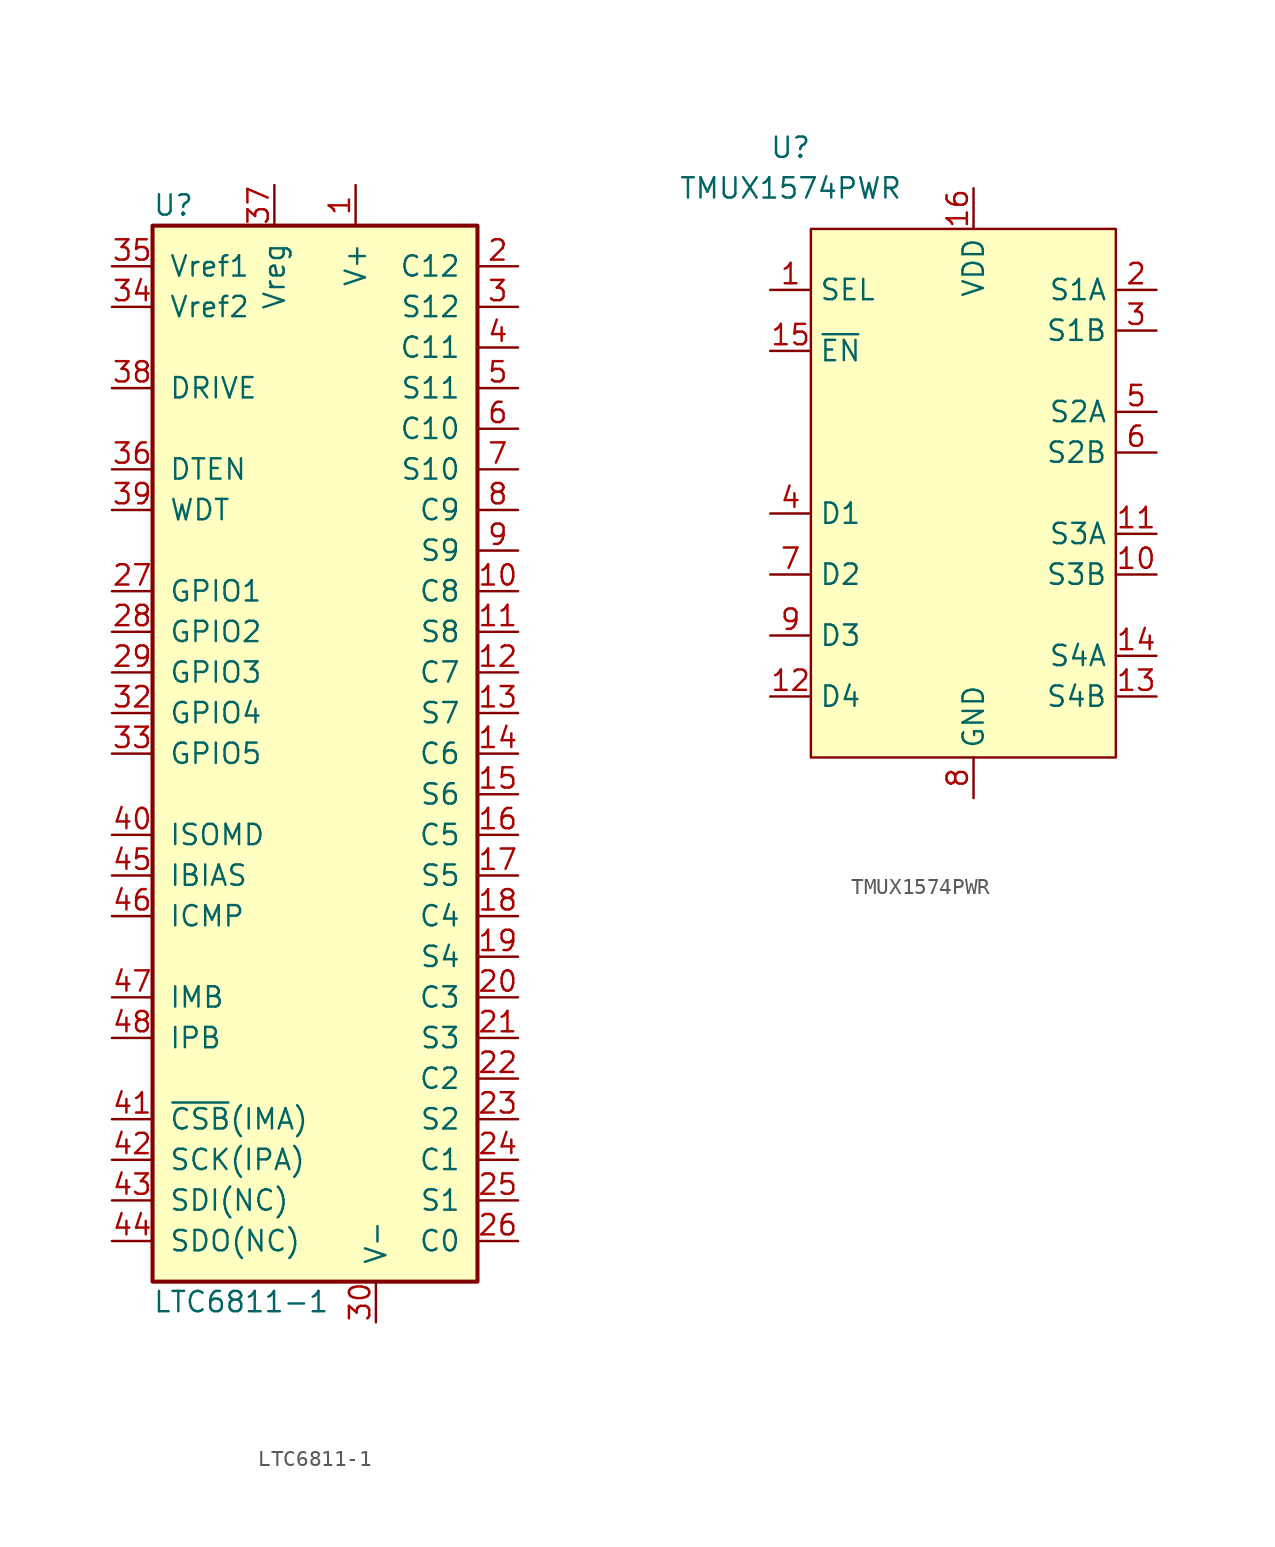
<source format=kicad_sym>
(kicad_symbol_lib
  (version 20211014)
  (generator kicad_symbol_editor)
  (symbol "LTC6811-1"
    (pin_names
      (offset 1.016))
    (property "Reference" "U"
      (at -10.16 34.29 0)
      (effects (font (size 1.27 1.27)) (justify left)))
    (property "Value" "LTC6811-1"
      (at -10.16 -34.29 0)
      (effects (font (size 1.27 1.27)) (justify left)))
    (symbol "LTC6811-1_0_1"
      (rectangle (start 10.16 -33.02) (end -10.16 33.02) (stroke (width 0.254) (type default) (color 0 0 0 0)) (fill (type background))))
    (symbol "LTC6811-1_1_1"
      (pin power_in line (at 2.54 35.56 270) (length 2.54) (name "V+" (effects (font (size 1.27 1.27)))) (number "1" (effects (font (size 1.27 1.27)))))
      (pin input line (at 12.7 10.16 180) (length 2.54) (name "C8" (effects (font (size 1.27 1.27)))) (number "10" (effects (font (size 1.27 1.27)))))
      (pin input line (at 12.7 7.62 180) (length 2.54) (name "S8" (effects (font (size 1.27 1.27)))) (number "11" (effects (font (size 1.27 1.27)))))
      (pin input line (at 12.7 5.08 180) (length 2.54) (name "C7" (effects (font (size 1.27 1.27)))) (number "12" (effects (font (size 1.27 1.27)))))
      (pin input line (at 12.7 2.54 180) (length 2.54) (name "S7" (effects (font (size 1.27 1.27)))) (number "13" (effects (font (size 1.27 1.27)))))
      (pin input line (at 12.7 0 180) (length 2.54) (name "C6" (effects (font (size 1.27 1.27)))) (number "14" (effects (font (size 1.27 1.27)))))
      (pin input line (at 12.7 -2.54 180) (length 2.54) (name "S6" (effects (font (size 1.27 1.27)))) (number "15" (effects (font (size 1.27 1.27)))))
      (pin input line (at 12.7 -5.08 180) (length 2.54) (name "C5" (effects (font (size 1.27 1.27)))) (number "16" (effects (font (size 1.27 1.27)))))
      (pin input line (at 12.7 -7.62 180) (length 2.54) (name "S5" (effects (font (size 1.27 1.27)))) (number "17" (effects (font (size 1.27 1.27)))))
      (pin input line (at 12.7 -10.16 180) (length 2.54) (name "C4" (effects (font (size 1.27 1.27)))) (number "18" (effects (font (size 1.27 1.27)))))
      (pin input line (at 12.7 -12.7 180) (length 2.54) (name "S4" (effects (font (size 1.27 1.27)))) (number "19" (effects (font (size 1.27 1.27)))))
      (pin input line (at 12.7 30.48 180) (length 2.54) (name "C12" (effects (font (size 1.27 1.27)))) (number "2" (effects (font (size 1.27 1.27)))))
      (pin input line (at 12.7 -15.24 180) (length 2.54) (name "C3" (effects (font (size 1.27 1.27)))) (number "20" (effects (font (size 1.27 1.27)))))
      (pin input line (at 12.7 -17.78 180) (length 2.54) (name "S3" (effects (font (size 1.27 1.27)))) (number "21" (effects (font (size 1.27 1.27)))))
      (pin input line (at 12.7 -20.32 180) (length 2.54) (name "C2" (effects (font (size 1.27 1.27)))) (number "22" (effects (font (size 1.27 1.27)))))
      (pin input line (at 12.7 -22.86 180) (length 2.54) (name "S2" (effects (font (size 1.27 1.27)))) (number "23" (effects (font (size 1.27 1.27)))))
      (pin input line (at 12.7 -25.4 180) (length 2.54) (name "C1" (effects (font (size 1.27 1.27)))) (number "24" (effects (font (size 1.27 1.27)))))
      (pin input line (at 12.7 -27.94 180) (length 2.54) (name "S1" (effects (font (size 1.27 1.27)))) (number "25" (effects (font (size 1.27 1.27)))))
      (pin input line (at 12.7 -30.48 180) (length 2.54) (name "C0" (effects (font (size 1.27 1.27)))) (number "26" (effects (font (size 1.27 1.27)))))
      (pin bidirectional line (at -12.7 10.16 0) (length 2.54) (name "GPIO1" (effects (font (size 1.27 1.27)))) (number "27" (effects (font (size 1.27 1.27)))))
      (pin bidirectional line (at -12.7 7.62 0) (length 2.54) (name "GPIO2" (effects (font (size 1.27 1.27)))) (number "28" (effects (font (size 1.27 1.27)))))
      (pin bidirectional line (at -12.7 5.08 0) (length 2.54) (name "GPIO3" (effects (font (size 1.27 1.27)))) (number "29" (effects (font (size 1.27 1.27)))))
      (pin input line (at 12.7 27.94 180) (length 2.54) (name "S12" (effects (font (size 1.27 1.27)))) (number "3" (effects (font (size 1.27 1.27)))))
      (pin power_in line (at 3.81 -35.56 90) (length 2.54) (name "V-" (effects (font (size 1.27 1.27)))) (number "30" (effects (font (size 1.27 1.27)))))
      (pin passive line (at 3.81 -35.56 90) (length 2.54) hide (name "V-" (effects (font (size 1.27 1.27)))) (number "31" (effects (font (size 1.27 1.27)))))
      (pin bidirectional line (at -12.7 2.54 0) (length 2.54) (name "GPIO4" (effects (font (size 1.27 1.27)))) (number "32" (effects (font (size 1.27 1.27)))))
      (pin bidirectional line (at -12.7 0 0) (length 2.54) (name "GPIO5" (effects (font (size 1.27 1.27)))) (number "33" (effects (font (size 1.27 1.27)))))
      (pin power_out line (at -12.7 27.94 0) (length 2.54) (name "Vref2" (effects (font (size 1.27 1.27)))) (number "34" (effects (font (size 1.27 1.27)))))
      (pin passive line (at -12.7 30.48 0) (length 2.54) (name "Vref1" (effects (font (size 1.27 1.27)))) (number "35" (effects (font (size 1.27 1.27)))))
      (pin input line (at -12.7 17.78 0) (length 2.54) (name "DTEN" (effects (font (size 1.27 1.27)))) (number "36" (effects (font (size 1.27 1.27)))))
      (pin power_in line (at -2.54 35.56 270) (length 2.54) (name "Vreg" (effects (font (size 1.27 1.27)))) (number "37" (effects (font (size 1.27 1.27)))))
      (pin output line (at -12.7 22.86 0) (length 2.54) (name "DRIVE" (effects (font (size 1.27 1.27)))) (number "38" (effects (font (size 1.27 1.27)))))
      (pin open_collector line (at -12.7 15.24 0) (length 2.54) (name "WDT" (effects (font (size 1.27 1.27)))) (number "39" (effects (font (size 1.27 1.27)))))
      (pin input line (at 12.7 25.4 180) (length 2.54) (name "C11" (effects (font (size 1.27 1.27)))) (number "4" (effects (font (size 1.27 1.27)))))
      (pin input line (at -12.7 -5.08 0) (length 2.54) (name "ISOMD" (effects (font (size 1.27 1.27)))) (number "40" (effects (font (size 1.27 1.27)))))
      (pin input line (at -12.7 -22.86 0) (length 2.54) (name "~{CSB}(IMA)" (effects (font (size 1.27 1.27)))) (number "41" (effects (font (size 1.27 1.27)))))
      (pin input line (at -12.7 -25.4 0) (length 2.54) (name "SCK(IPA)" (effects (font (size 1.27 1.27)))) (number "42" (effects (font (size 1.27 1.27)))))
      (pin input line (at -12.7 -27.94 0) (length 2.54) (name "SDI(NC)" (effects (font (size 1.27 1.27)))) (number "43" (effects (font (size 1.27 1.27)))))
      (pin open_collector line (at -12.7 -30.48 0) (length 2.54) (name "SDO(NC)" (effects (font (size 1.27 1.27)))) (number "44" (effects (font (size 1.27 1.27)))))
      (pin input line (at -12.7 -7.62 0) (length 2.54) (name "IBIAS" (effects (font (size 1.27 1.27)))) (number "45" (effects (font (size 1.27 1.27)))))
      (pin input line (at -12.7 -10.16 0) (length 2.54) (name "ICMP" (effects (font (size 1.27 1.27)))) (number "46" (effects (font (size 1.27 1.27)))))
      (pin input line (at -12.7 -15.24 0) (length 2.54) (name "IMB" (effects (font (size 1.27 1.27)))) (number "47" (effects (font (size 1.27 1.27)))))
      (pin input line (at -12.7 -17.78 0) (length 2.54) (name "IPB" (effects (font (size 1.27 1.27)))) (number "48" (effects (font (size 1.27 1.27)))))
      (pin input line (at 12.7 22.86 180) (length 2.54) (name "S11" (effects (font (size 1.27 1.27)))) (number "5" (effects (font (size 1.27 1.27)))))
      (pin input line (at 12.7 20.32 180) (length 2.54) (name "C10" (effects (font (size 1.27 1.27)))) (number "6" (effects (font (size 1.27 1.27)))))
      (pin input line (at 12.7 17.78 180) (length 2.54) (name "S10" (effects (font (size 1.27 1.27)))) (number "7" (effects (font (size 1.27 1.27)))))
      (pin input line (at 12.7 15.24 180) (length 2.54) (name "C9" (effects (font (size 1.27 1.27)))) (number "8" (effects (font (size 1.27 1.27)))))
      (pin input line (at 12.7 12.7 180) (length 2.54) (name "S9" (effects (font (size 1.27 1.27)))) (number "9" (effects (font (size 1.27 1.27)))))))
  (symbol "TMUX1574PWR"
    (property "Reference" "U"
      (at -11.43 22.86 0)
      (effects (font (size 1.27 1.27))))
    (property "Value" "TMUX1574PWR"
      (at -11.43 20.32 0)
      (effects (font (size 1.27 1.27))))
    (symbol "TMUX1574PWR_0_0"
      (pin input line (at -12.7 13.97 0) (length 2.54) (name "SEL" (effects (font (size 1.27 1.27)))) (number "1" (effects (font (size 1.27 1.27)))))
      (pin bidirectional line (at 11.43 -3.81 180) (length 2.54) (name "S3B" (effects (font (size 1.27 1.27)))) (number "10" (effects (font (size 1.27 1.27)))))
      (pin bidirectional line (at 11.43 -1.27 180) (length 2.54) (name "S3A" (effects (font (size 1.27 1.27)))) (number "11" (effects (font (size 1.27 1.27)))))
      (pin bidirectional line (at -12.7 -11.43 0) (length 2.54) (name "D4" (effects (font (size 1.27 1.27)))) (number "12" (effects (font (size 1.27 1.27)))))
      (pin bidirectional line (at 11.43 -11.43 180) (length 2.54) (name "S4B" (effects (font (size 1.27 1.27)))) (number "13" (effects (font (size 1.27 1.27)))))
      (pin bidirectional line (at 11.43 -8.89 180) (length 2.54) (name "S4A" (effects (font (size 1.27 1.27)))) (number "14" (effects (font (size 1.27 1.27)))))
      (pin input line (at -12.7 10.16 0) (length 2.54) (name "~{EN}" (effects (font (size 1.27 1.27)))) (number "15" (effects (font (size 1.27 1.27)))))
      (pin power_in line (at 0 20.32 270) (length 2.54) (name "VDD" (effects (font (size 1.27 1.27)))) (number "16" (effects (font (size 1.27 1.27)))))
      (pin bidirectional line (at 11.43 13.97 180) (length 2.54) (name "S1A" (effects (font (size 1.27 1.27)))) (number "2" (effects (font (size 1.27 1.27)))))
      (pin bidirectional line (at 11.43 11.43 180) (length 2.54) (name "S1B" (effects (font (size 1.27 1.27)))) (number "3" (effects (font (size 1.27 1.27)))))
      (pin bidirectional line (at -12.7 0 0) (length 2.54) (name "D1" (effects (font (size 1.27 1.27)))) (number "4" (effects (font (size 1.27 1.27)))))
      (pin bidirectional line (at 11.43 6.35 180) (length 2.54) (name "S2A" (effects (font (size 1.27 1.27)))) (number "5" (effects (font (size 1.27 1.27)))))
      (pin bidirectional line (at 11.43 3.81 180) (length 2.54) (name "S2B" (effects (font (size 1.27 1.27)))) (number "6" (effects (font (size 1.27 1.27)))))
      (pin bidirectional line (at -12.7 -3.81 0) (length 2.54) (name "D2" (effects (font (size 1.27 1.27)))) (number "7" (effects (font (size 1.27 1.27)))))
      (pin power_in line (at 0 -17.78 90) (length 2.54) (name "GND" (effects (font (size 1.27 1.27)))) (number "8" (effects (font (size 1.27 1.27)))))
      (pin bidirectional line (at -12.7 -7.62 0) (length 2.54) (name "D3" (effects (font (size 1.27 1.27)))) (number "9" (effects (font (size 1.27 1.27))))))
    (symbol "TMUX1574PWR_0_1"
      (rectangle (start -10.16 17.78) (end 8.89 -15.24) (stroke (width 0.152) (type default) (color 0 0 0 0)) (fill (type background))))))
</source>
